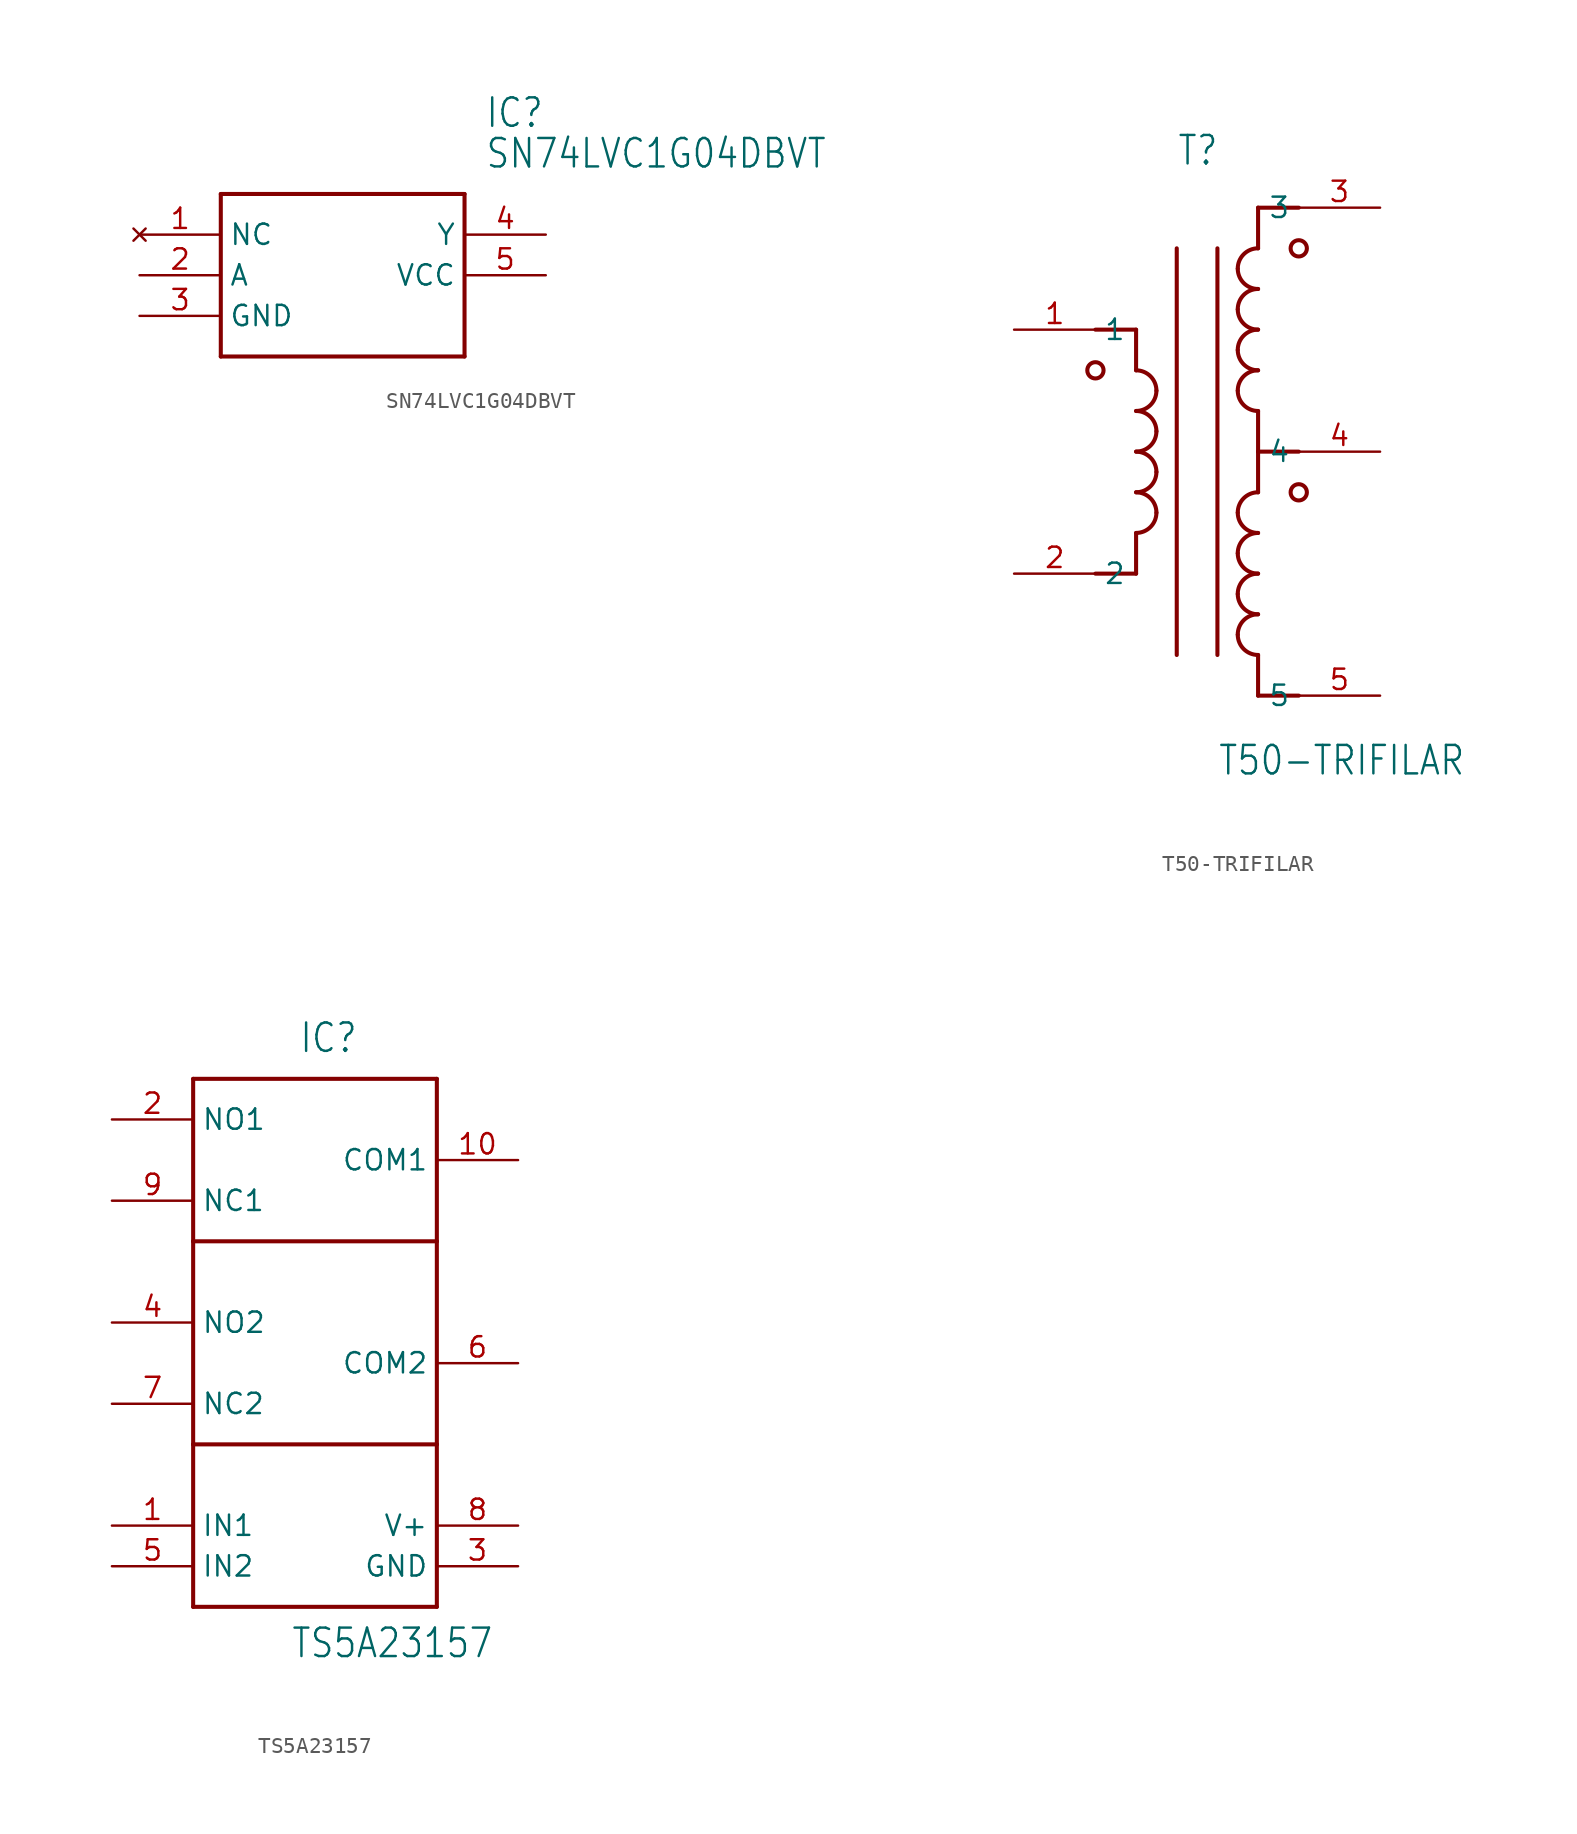
<source format=kicad_sym>
(kicad_symbol_lib
  (version 20211014)
  (generator kicad_symbol_editor)
  (symbol "SN74LVC1G04DBVT"
    (property "Reference" "IC"
      (at 21.59 7.62 0)
      (effects (font (size 1.778 1.511)) (justify left)))
    (property "Value" "SN74LVC1G04DBVT"
      (at 21.59 5.08 0)
      (effects (font (size 1.778 1.511)) (justify left)))
    (property "ki_locked" ""
      (at 0 0 0)
      (effects (font (size 1.27 1.27))))
    (symbol "SN74LVC1G04DBVT_1_0"
      (polyline (pts (xy 5.08 2.54) (xy 5.08 -7.62)) (stroke (width 0.254) (type default) (color 0 0 0 0)) (fill (type none)))
      (polyline (pts (xy 5.08 2.54) (xy 20.32 2.54)) (stroke (width 0.254) (type default) (color 0 0 0 0)) (fill (type none)))
      (polyline (pts (xy 20.32 -7.62) (xy 5.08 -7.62)) (stroke (width 0.254) (type default) (color 0 0 0 0)) (fill (type none)))
      (polyline (pts (xy 20.32 -7.62) (xy 20.32 2.54)) (stroke (width 0.254) (type default) (color 0 0 0 0)) (fill (type none)))
      (pin no_connect line (at 0 0 0) (length 5.08) (name "NC" (effects (font (size 1.27 1.27)))) (number "1" (effects (font (size 1.27 1.27)))))
      (pin input line (at 0 -2.54 0) (length 5.08) (name "A" (effects (font (size 1.27 1.27)))) (number "2" (effects (font (size 1.27 1.27)))))
      (pin power_in line (at 0 -5.08 0) (length 5.08) (name "GND" (effects (font (size 1.27 1.27)))) (number "3" (effects (font (size 1.27 1.27)))))
      (pin output line (at 25.4 0 180) (length 5.08) (name "Y" (effects (font (size 1.27 1.27)))) (number "4" (effects (font (size 1.27 1.27)))))
      (pin power_in line (at 25.4 -2.54 180) (length 5.08) (name "VCC" (effects (font (size 1.27 1.27)))) (number "5" (effects (font (size 1.27 1.27)))))))
  (symbol "T50-TRIFILAR"
    (property "Reference" "T"
      (at 5.08 25.4 0)
      (effects (font (size 1.778 1.511)) (justify left bottom)))
    (property "Value" "T50-TRIFILAR"
      (at 7.62 -12.7 0)
      (effects (font (size 1.778 1.511)) (justify left bottom)))
    (property "ki_locked" ""
      (at 0 0 0)
      (effects (font (size 1.27 1.27))))
    (symbol "T50-TRIFILAR_1_0"
      (polyline (pts (xy 2.54 0) (xy 0 0)) (stroke (width 0.254) (type default) (color 0 0 0 0)) (fill (type none)))
      (polyline (pts (xy 2.54 2.54) (xy 2.54 0)) (stroke (width 0.254) (type default) (color 0 0 0 0)) (fill (type none)))
      (polyline (pts (xy 2.54 12.7) (xy 2.54 15.24)) (stroke (width 0.254) (type default) (color 0 0 0 0)) (fill (type none)))
      (polyline (pts (xy 2.54 15.24) (xy 0 15.24)) (stroke (width 0.254) (type default) (color 0 0 0 0)) (fill (type none)))
      (polyline (pts (xy 5.08 20.32) (xy 5.08 -5.08)) (stroke (width 0.254) (type default) (color 0 0 0 0)) (fill (type none)))
      (polyline (pts (xy 7.62 20.32) (xy 7.62 -5.08)) (stroke (width 0.254) (type default) (color 0 0 0 0)) (fill (type none)))
      (polyline (pts (xy 10.16 -7.62) (xy 12.7 -7.62)) (stroke (width 0.254) (type default) (color 0 0 0 0)) (fill (type none)))
      (polyline (pts (xy 10.16 -5.08) (xy 10.16 -7.62)) (stroke (width 0.254) (type default) (color 0 0 0 0)) (fill (type none)))
      (polyline (pts (xy 10.16 7.62) (xy 10.16 5.08)) (stroke (width 0.254) (type default) (color 0 0 0 0)) (fill (type none)))
      (polyline (pts (xy 10.16 10.16) (xy 10.16 7.62)) (stroke (width 0.254) (type default) (color 0 0 0 0)) (fill (type none)))
      (polyline (pts (xy 10.16 20.32) (xy 10.16 22.86)) (stroke (width 0.254) (type default) (color 0 0 0 0)) (fill (type none)))
      (polyline (pts (xy 10.16 22.86) (xy 12.7 22.86)) (stroke (width 0.254) (type default) (color 0 0 0 0)) (fill (type none)))
      (polyline (pts (xy 12.7 7.62) (xy 10.16 7.62)) (stroke (width 0.254) (type default) (color 0 0 0 0)) (fill (type none)))
      (circle (center 0 12.7) (radius 0.508) (stroke (width 0.254) (type default) (color 0 0 0 0)) (fill (type none)))
      (arc (start 2.54 2.54) (mid 3.438 2.912) (end 3.81 3.81) (stroke (width 0.254) (type default) (color 0 0 0 0)) (fill (type none)))
      (arc (start 2.54 5.08) (mid 3.438 5.452) (end 3.81 6.35) (stroke (width 0.254) (type default) (color 0 0 0 0)) (fill (type none)))
      (arc (start 2.54 7.62) (mid 3.438 7.992) (end 3.81 8.89) (stroke (width 0.254) (type default) (color 0 0 0 0)) (fill (type none)))
      (arc (start 2.54 10.16) (mid 3.438 10.532) (end 3.81 11.43) (stroke (width 0.254) (type default) (color 0 0 0 0)) (fill (type none)))
      (arc (start 3.81 3.81) (mid 3.438 4.708) (end 2.54 5.08) (stroke (width 0.254) (type default) (color 0 0 0 0)) (fill (type none)))
      (arc (start 3.81 6.35) (mid 3.438 7.248) (end 2.54 7.62) (stroke (width 0.254) (type default) (color 0 0 0 0)) (fill (type none)))
      (arc (start 3.81 8.89) (mid 3.438 9.788) (end 2.54 10.16) (stroke (width 0.254) (type default) (color 0 0 0 0)) (fill (type none)))
      (arc (start 3.81 11.43) (mid 3.438 12.328) (end 2.54 12.7) (stroke (width 0.254) (type default) (color 0 0 0 0)) (fill (type none)))
      (arc (start 8.89 -3.81) (mid 9.262 -4.708) (end 10.16 -5.08) (stroke (width 0.254) (type default) (color 0 0 0 0)) (fill (type none)))
      (arc (start 8.89 -1.27) (mid 9.262 -2.168) (end 10.16 -2.54) (stroke (width 0.254) (type default) (color 0 0 0 0)) (fill (type none)))
      (arc (start 8.89 1.27) (mid 9.262 0.372) (end 10.16 0) (stroke (width 0.254) (type default) (color 0 0 0 0)) (fill (type none)))
      (arc (start 8.89 3.81) (mid 9.262 2.912) (end 10.16 2.54) (stroke (width 0.254) (type default) (color 0 0 0 0)) (fill (type none)))
      (arc (start 8.89 11.43) (mid 9.262 10.532) (end 10.16 10.16) (stroke (width 0.254) (type default) (color 0 0 0 0)) (fill (type none)))
      (arc (start 8.89 13.97) (mid 9.262 13.072) (end 10.16 12.7) (stroke (width 0.254) (type default) (color 0 0 0 0)) (fill (type none)))
      (arc (start 8.89 16.51) (mid 9.262 15.612) (end 10.16 15.24) (stroke (width 0.254) (type default) (color 0 0 0 0)) (fill (type none)))
      (arc (start 8.89 19.05) (mid 9.262 18.152) (end 10.16 17.78) (stroke (width 0.254) (type default) (color 0 0 0 0)) (fill (type none)))
      (arc (start 10.16 -2.54) (mid 9.262 -2.912) (end 8.89 -3.81) (stroke (width 0.254) (type default) (color 0 0 0 0)) (fill (type none)))
      (arc (start 10.16 0) (mid 9.262 -0.372) (end 8.89 -1.27) (stroke (width 0.254) (type default) (color 0 0 0 0)) (fill (type none)))
      (arc (start 10.16 2.54) (mid 9.262 2.168) (end 8.89 1.27) (stroke (width 0.254) (type default) (color 0 0 0 0)) (fill (type none)))
      (arc (start 10.16 5.08) (mid 9.262 4.708) (end 8.89 3.81) (stroke (width 0.254) (type default) (color 0 0 0 0)) (fill (type none)))
      (arc (start 10.16 12.7) (mid 9.262 12.328) (end 8.89 11.43) (stroke (width 0.254) (type default) (color 0 0 0 0)) (fill (type none)))
      (arc (start 10.16 15.24) (mid 9.262 14.868) (end 8.89 13.97) (stroke (width 0.254) (type default) (color 0 0 0 0)) (fill (type none)))
      (arc (start 10.16 17.78) (mid 9.262 17.408) (end 8.89 16.51) (stroke (width 0.254) (type default) (color 0 0 0 0)) (fill (type none)))
      (arc (start 10.16 20.32) (mid 9.262 19.948) (end 8.89 19.05) (stroke (width 0.254) (type default) (color 0 0 0 0)) (fill (type none)))
      (circle (center 12.7 5.08) (radius 0.508) (stroke (width 0.254) (type default) (color 0 0 0 0)) (fill (type none)))
      (circle (center 12.7 20.32) (radius 0.508) (stroke (width 0.254) (type default) (color 0 0 0 0)) (fill (type none)))
      (pin bidirectional line (at -5.08 15.24 0) (length 5.08) (name "1" (effects (font (size 1.27 1.27)))) (number "1" (effects (font (size 1.27 1.27)))))
      (pin bidirectional line (at -5.08 0 0) (length 5.08) (name "2" (effects (font (size 1.27 1.27)))) (number "2" (effects (font (size 1.27 1.27)))))
      (pin bidirectional line (at 17.78 22.86 180) (length 5.08) (name "3" (effects (font (size 1.27 1.27)))) (number "3" (effects (font (size 1.27 1.27)))))
      (pin bidirectional line (at 17.78 7.62 180) (length 5.08) (name "4" (effects (font (size 1.27 1.27)))) (number "4" (effects (font (size 1.27 1.27)))))
      (pin bidirectional line (at 17.78 -7.62 180) (length 5.08) (name "5" (effects (font (size 1.27 1.27)))) (number "5" (effects (font (size 1.27 1.27)))))))
  (symbol "TS5A23157"
    (property "Reference" "IC"
      (at 6.604 34.544 0)
      (effects (font (size 1.778 1.511)) (justify left bottom)))
    (property "Value" "TS5A23157"
      (at 6.096 -3.302 0)
      (effects (font (size 1.778 1.511)) (justify left bottom)))
    (property "ki_locked" ""
      (at 0 0 0)
      (effects (font (size 1.27 1.27))))
    (symbol "TS5A23157_1_0"
      (polyline (pts (xy 0 0) (xy 15.24 0)) (stroke (width 0.254) (type default) (color 0 0 0 0)) (fill (type none)))
      (polyline (pts (xy 0 10.16) (xy 0 0)) (stroke (width 0.254) (type default) (color 0 0 0 0)) (fill (type none)))
      (polyline (pts (xy 0 10.16) (xy 15.24 10.16)) (stroke (width 0.254) (type default) (color 0 0 0 0)) (fill (type none)))
      (polyline (pts (xy 0 22.86) (xy 0 10.16)) (stroke (width 0.254) (type default) (color 0 0 0 0)) (fill (type none)))
      (polyline (pts (xy 0 22.86) (xy 15.24 22.86)) (stroke (width 0.254) (type default) (color 0 0 0 0)) (fill (type none)))
      (polyline (pts (xy 0 33.02) (xy 0 22.86)) (stroke (width 0.254) (type default) (color 0 0 0 0)) (fill (type none)))
      (polyline (pts (xy 15.24 0) (xy 15.24 10.16)) (stroke (width 0.254) (type default) (color 0 0 0 0)) (fill (type none)))
      (polyline (pts (xy 15.24 10.16) (xy 15.24 22.86)) (stroke (width 0.254) (type default) (color 0 0 0 0)) (fill (type none)))
      (polyline (pts (xy 15.24 22.86) (xy 15.24 33.02)) (stroke (width 0.254) (type default) (color 0 0 0 0)) (fill (type none)))
      (polyline (pts (xy 15.24 33.02) (xy 0 33.02)) (stroke (width 0.254) (type default) (color 0 0 0 0)) (fill (type none)))
      (pin bidirectional line (at -5.08 5.08 0) (length 5.08) (name "IN1" (effects (font (size 1.27 1.27)))) (number "1" (effects (font (size 1.27 1.27)))))
      (pin bidirectional line (at 20.32 27.94 180) (length 5.08) (name "COM1" (effects (font (size 1.27 1.27)))) (number "10" (effects (font (size 1.27 1.27)))))
      (pin bidirectional line (at -5.08 30.48 0) (length 5.08) (name "NO1" (effects (font (size 1.27 1.27)))) (number "2" (effects (font (size 1.27 1.27)))))
      (pin bidirectional line (at 20.32 2.54 180) (length 5.08) (name "GND" (effects (font (size 1.27 1.27)))) (number "3" (effects (font (size 1.27 1.27)))))
      (pin bidirectional line (at -5.08 17.78 0) (length 5.08) (name "NO2" (effects (font (size 1.27 1.27)))) (number "4" (effects (font (size 1.27 1.27)))))
      (pin bidirectional line (at -5.08 2.54 0) (length 5.08) (name "IN2" (effects (font (size 1.27 1.27)))) (number "5" (effects (font (size 1.27 1.27)))))
      (pin bidirectional line (at 20.32 15.24 180) (length 5.08) (name "COM2" (effects (font (size 1.27 1.27)))) (number "6" (effects (font (size 1.27 1.27)))))
      (pin bidirectional line (at -5.08 12.7 0) (length 5.08) (name "NC2" (effects (font (size 1.27 1.27)))) (number "7" (effects (font (size 1.27 1.27)))))
      (pin bidirectional line (at 20.32 5.08 180) (length 5.08) (name "V+" (effects (font (size 1.27 1.27)))) (number "8" (effects (font (size 1.27 1.27)))))
      (pin bidirectional line (at -5.08 25.4 0) (length 5.08) (name "NC1" (effects (font (size 1.27 1.27)))) (number "9" (effects (font (size 1.27 1.27))))))))
</source>
